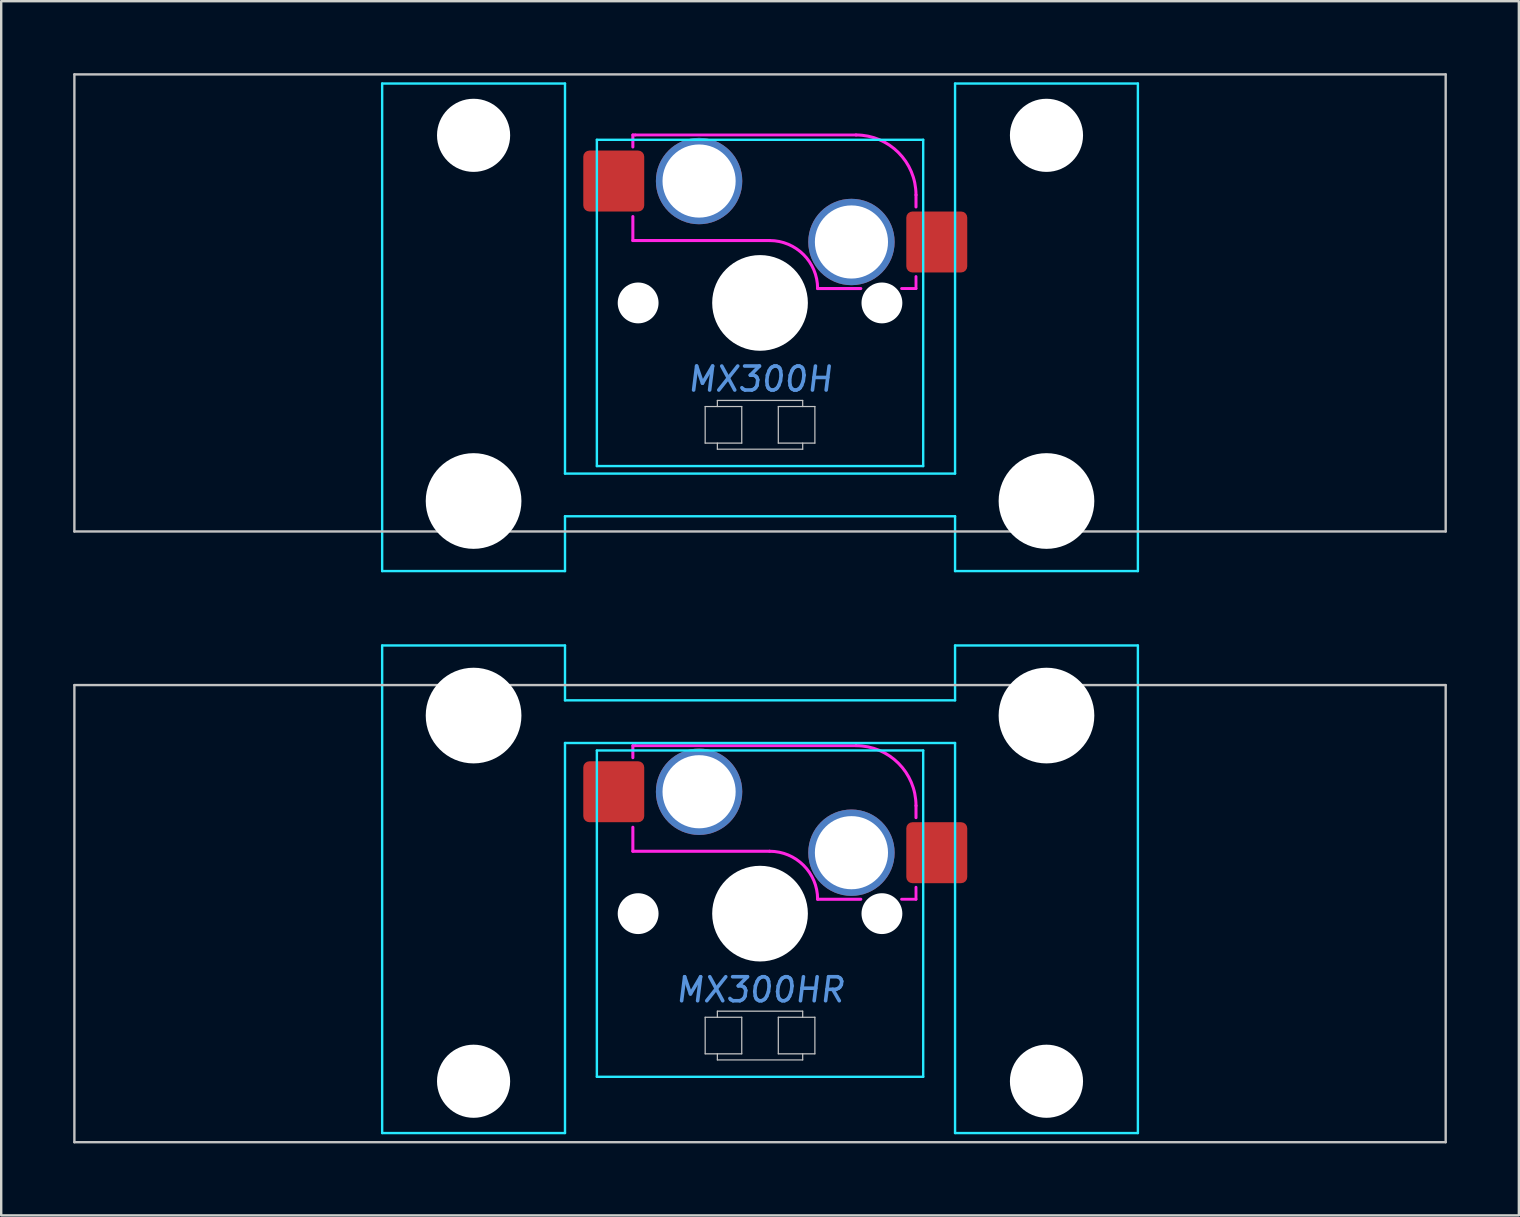
<source format=kicad_pcb>
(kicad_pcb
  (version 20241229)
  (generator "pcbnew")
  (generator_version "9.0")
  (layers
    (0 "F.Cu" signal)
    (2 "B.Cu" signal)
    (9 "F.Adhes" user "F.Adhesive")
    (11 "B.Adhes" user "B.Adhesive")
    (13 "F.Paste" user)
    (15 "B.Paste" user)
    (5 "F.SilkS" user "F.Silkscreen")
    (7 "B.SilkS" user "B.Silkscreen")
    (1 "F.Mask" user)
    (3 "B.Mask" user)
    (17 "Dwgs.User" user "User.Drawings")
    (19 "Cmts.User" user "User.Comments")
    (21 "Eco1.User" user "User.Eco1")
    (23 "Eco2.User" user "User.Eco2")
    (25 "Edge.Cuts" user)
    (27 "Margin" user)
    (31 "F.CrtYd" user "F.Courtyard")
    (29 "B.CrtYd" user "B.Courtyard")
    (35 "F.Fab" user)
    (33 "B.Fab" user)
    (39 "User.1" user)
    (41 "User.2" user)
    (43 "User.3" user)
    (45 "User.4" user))
  (footprint "MX300HR"
    (layer "F.Cu")
    (at 28.625 35.027)
    (property "Reference" "MX300HR" (at 0 3.175 0) (layer "Cmts.User") (effects (font (size 1 1) (thickness 0.15) (italic yes))))
    (attr smd)
    (fp_line (start -28.575 -9.525) (end -28.575 9.525) (stroke (width 0.1) (type solid)) (layer "Dwgs.User"))
    (fp_line (start -28.575 -9.525) (end 28.575 -9.525) (stroke (width 0.1) (type solid)) (layer "Dwgs.User"))
    (fp_line (start -28.575 9.525) (end 28.575 9.525) (stroke (width 0.1) (type solid)) (layer "Dwgs.User"))
    (fp_line (start -2.286 4.318) (end -0.762 4.318) (stroke (width 0.051) (type solid)) (layer "Dwgs.User"))
    (fp_line (start -2.286 5.842) (end -2.286 4.318) (stroke (width 0.051) (type solid)) (layer "Dwgs.User"))
    (fp_line (start -1.778 4.064) (end 1.778 4.064) (stroke (width 0.051) (type solid)) (layer "Dwgs.User"))
    (fp_line (start -1.778 4.318) (end -1.778 4.064) (stroke (width 0.051) (type solid)) (layer "Dwgs.User"))
    (fp_line (start -1.778 6.096) (end -1.778 5.842) (stroke (width 0.051) (type solid)) (layer "Dwgs.User"))
    (fp_line (start -0.762 4.318) (end -0.762 5.842) (stroke (width 0.051) (type solid)) (layer "Dwgs.User"))
    (fp_line (start -0.762 5.842) (end -2.286 5.842) (stroke (width 0.051) (type solid)) (layer "Dwgs.User"))
    (fp_line (start 0.762 4.318) (end 2.286 4.318) (stroke (width 0.051) (type solid)) (layer "Dwgs.User"))
    (fp_line (start 0.762 5.842) (end 0.762 4.318) (stroke (width 0.051) (type solid)) (layer "Dwgs.User"))
    (fp_line (start 1.778 4.064) (end 1.778 4.318) (stroke (width 0.051) (type solid)) (layer "Dwgs.User"))
    (fp_line (start 1.778 5.842) (end 1.778 6.096) (stroke (width 0.051) (type solid)) (layer "Dwgs.User"))
    (fp_line (start 1.778 6.096) (end -1.778 6.096) (stroke (width 0.051) (type solid)) (layer "Dwgs.User"))
    (fp_line (start 2.286 4.318) (end 2.286 5.842) (stroke (width 0.051) (type solid)) (layer "Dwgs.User"))
    (fp_line (start 2.286 5.842) (end 0.762 5.842) (stroke (width 0.051) (type solid)) (layer "Dwgs.User"))
    (fp_line (start 28.575 -9.525) (end 28.575 9.525) (stroke (width 0.1) (type solid)) (layer "Dwgs.User"))
    (fp_line (start -15.438 -8.515) (end -15.438 5.485) (stroke (width 0.1) (type solid)) (layer "Eco1.User"))
    (fp_line (start -14.938 -9.015) (end -8.938 -9.015) (stroke (width 0.1) (type solid)) (layer "Eco1.User"))
    (fp_line (start -8.938 5.985) (end -14.938 5.985) (stroke (width 0.1) (type solid)) (layer "Eco1.User"))
    (fp_line (start -8.438 5.485) (end -8.438 -8.515) (stroke (width 0.1) (type solid)) (layer "Eco1.User"))
    (fp_line (start -7 -6.5) (end -7 6.5) (stroke (width 0.1) (type solid)) (layer "Eco1.User"))
    (fp_line (start -6.5 7) (end 6.5 7) (stroke (width 0.1) (type solid)) (layer "Eco1.User"))
    (fp_line (start 6.5 -7) (end -6.5 -7) (stroke (width 0.1) (type solid)) (layer "Eco1.User"))
    (fp_line (start 7 6.5) (end 7 -6.5) (stroke (width 0.1) (type solid)) (layer "Eco1.User"))
    (fp_line (start 8.438 -8.515) (end 8.438 5.485) (stroke (width 0.1) (type solid)) (layer "Eco1.User"))
    (fp_line (start 8.938 -9.015) (end 14.938 -9.015) (stroke (width 0.1) (type solid)) (layer "Eco1.User"))
    (fp_line (start 14.938 5.985) (end 8.938 5.985) (stroke (width 0.1) (type solid)) (layer "Eco1.User"))
    (fp_line (start 15.438 5.485) (end 15.438 -8.515) (stroke (width 0.1) (type solid)) (layer "Eco1.User"))
    (fp_arc (start -15.438 -8.515) (mid -15.291553 -8.868553) (end -14.938 -9.015) (stroke (width 0.1) (type solid)) (layer "Eco1.User"))
    (fp_arc (start -14.938 5.985) (mid -15.291553 5.838553) (end -15.438 5.485) (stroke (width 0.1) (type solid)) (layer "Eco1.User"))
    (fp_arc (start -8.938 -9.015) (mid -8.584447 -8.868553) (end -8.438 -8.515) (stroke (width 0.1) (type solid)) (layer "Eco1.User"))
    (fp_arc (start -8.438 5.485) (mid -8.584447 5.838553) (end -8.938 5.985) (stroke (width 0.1) (type solid)) (layer "Eco1.User"))
    (fp_arc (start -7 -6.5) (mid -6.853553 -6.853553) (end -6.5 -7) (stroke (width 0.1) (type solid)) (layer "Eco1.User"))
    (fp_arc (start -6.5 7) (mid -6.853553 6.853553) (end -7 6.5) (stroke (width 0.1) (type solid)) (layer "Eco1.User"))
    (fp_arc (start 6.5 -7) (mid 6.853553 -6.853553) (end 7 -6.5) (stroke (width 0.1) (type solid)) (layer "Eco1.User"))
    (fp_arc (start 7 6.5) (mid 6.853553 6.853553) (end 6.5 7) (stroke (width 0.1) (type solid)) (layer "Eco1.User"))
    (fp_arc (start 8.438 -8.515) (mid 8.584447 -8.868553) (end 8.938 -9.015) (stroke (width 0.1) (type solid)) (layer "Eco1.User"))
    (fp_arc (start 8.938 5.985) (mid 8.584447 5.838553) (end 8.438 5.485) (stroke (width 0.1) (type solid)) (layer "Eco1.User"))
    (fp_arc (start 14.938 -9.015) (mid 15.291553 -8.868553) (end 15.438 -8.515) (stroke (width 0.1) (type solid)) (layer "Eco1.User"))
    (fp_arc (start 15.438 5.485) (mid 15.291553 5.838553) (end 14.938 5.985) (stroke (width 0.1) (type solid)) (layer "Eco1.User"))
    (fp_line (start -15.748 -11.176) (end -15.748 9.144) (stroke (width 0.1) (type solid)) (layer "B.CrtYd"))
    (fp_line (start -15.748 -11.176) (end -8.128 -11.176) (stroke (width 0.1) (type solid)) (layer "B.CrtYd"))
    (fp_line (start -8.128 -8.89) (end -8.128 -11.176) (stroke (width 0.1) (type solid)) (layer "B.CrtYd"))
    (fp_line (start -8.128 -7.112) (end -8.128 9.142) (stroke (width 0.1) (type solid)) (layer "B.CrtYd"))
    (fp_line (start -8.128 9.144) (end -15.748 9.144) (stroke (width 0.1) (type solid)) (layer "B.CrtYd"))
    (fp_line (start -6.8 -6.8) (end -6.8 6.8) (stroke (width 0.1) (type solid)) (layer "B.CrtYd"))
    (fp_line (start 6.8 -6.8) (end -6.8 -6.8) (stroke (width 0.1) (type solid)) (layer "B.CrtYd"))
    (fp_line (start 6.8 -6.8) (end 6.8 6.8) (stroke (width 0.1) (type solid)) (layer "B.CrtYd"))
    (fp_line (start 6.8 6.8) (end -6.8 6.8) (stroke (width 0.1) (type solid)) (layer "B.CrtYd"))
    (fp_line (start 8.128 -8.89) (end -8.128 -8.89) (stroke (width 0.1) (type solid)) (layer "B.CrtYd"))
    (fp_line (start 8.128 -8.89) (end 8.128 -11.176) (stroke (width 0.1) (type solid)) (layer "B.CrtYd"))
    (fp_line (start 8.128 -7.112) (end -8.128 -7.112) (stroke (width 0.1) (type solid)) (layer "B.CrtYd"))
    (fp_line (start 8.128 -7.112) (end 8.128 9.144) (stroke (width 0.1) (type solid)) (layer "B.CrtYd"))
    (fp_line (start 8.128 9.144) (end 15.748 9.144) (stroke (width 0.1) (type solid)) (layer "B.CrtYd"))
    (fp_line (start 15.748 -11.176) (end 8.128 -11.176) (stroke (width 0.1) (type solid)) (layer "B.CrtYd"))
    (fp_line (start 15.748 9.144) (end 15.748 -11.176) (stroke (width 0.1) (type solid)) (layer "B.CrtYd"))
    (fp_line (start -5.3 -7) (end -5.3 -6.5) (stroke (width 0.127) (type solid)) (layer "F.CrtYd"))
    (fp_line (start -5.3 -3.6) (end -5.3 -2.6) (stroke (width 0.127) (type solid)) (layer "F.CrtYd"))
    (fp_line (start -5.2 -7) (end -5.3 -7) (stroke (width 0.12) (type solid)) (layer "F.CrtYd"))
    (fp_line (start 0.4 -2.6) (end -5.3 -2.6) (stroke (width 0.127) (type solid)) (layer "F.CrtYd"))
    (fp_line (start 4 -7) (end -5.2 -7) (stroke (width 0.12) (type solid)) (layer "F.CrtYd"))
    (fp_line (start 4.2 -0.6) (end 2.4 -0.6) (stroke (width 0.127) (type solid)) (layer "F.CrtYd"))
    (fp_line (start 6.5 -4.5) (end 6.5 -4) (stroke (width 0.127) (type solid)) (layer "F.CrtYd"))
    (fp_line (start 6.5 -1.1) (end 6.5 -0.6) (stroke (width 0.12) (type solid)) (layer "F.CrtYd"))
    (fp_line (start 6.5 -0.6) (end 5.9 -0.6) (stroke (width 0.12) (type solid)) (layer "F.CrtYd"))
    (fp_arc (start 0.4 -2.6) (mid 1.814214 -2.014214) (end 2.4 -0.6) (stroke (width 0.127) (type solid)) (layer "F.CrtYd"))
    (fp_arc (start 4 -7) (mid 5.767767 -6.267767) (end 6.5 -4.5) (stroke (width 0.127) (type solid)) (layer "F.CrtYd"))
    (pad "" np_thru_hole circle (at -11.938 -8.255 180) (size 3.988 3.988) (drill 3.988) (layers "*.Cu" "*.Mask"))
    (pad "" np_thru_hole circle (at -11.938 6.985 180) (size 3.048 3.048) (drill 3.048) (layers "*.Cu" "*.Mask"))
    (pad "" np_thru_hole circle (at -5.08 0) (size 1.702 1.702) (drill 1.702) (layers "*.Cu" "*.Mask"))
    (pad "" thru_hole circle (at -2.54 -5.08) (size 3.6 3.6) (drill 3.048) (layers "*.Cu" "*.Mask"))
    (pad "" np_thru_hole circle (at 0 0) (size 3.988 3.988) (drill 3.988) (layers "*.Cu" "*.Mask"))
    (pad "" thru_hole circle (at 3.81 -2.54) (size 3.6 3.6) (drill 3.048) (layers "*.Cu" "*.Mask"))
    (pad "" np_thru_hole circle (at 5.08 0) (size 1.702 1.702) (drill 1.702) (layers "*.Cu" "*.Mask"))
    (pad "" np_thru_hole circle (at 11.938 -8.255 180) (size 3.988 3.988) (drill 3.988) (layers "*.Cu" "*.Mask"))
    (pad "" np_thru_hole circle (at 11.938 6.985 180) (size 3.048 3.048) (drill 3.048) (layers "*.Cu" "*.Mask"))
    (pad "1" smd roundrect (at -6.096 -5.08) (size 2.54 2.54) (layers "F.Cu" "F.Mask" "F.Paste") (roundrect_rratio 0.1))
    (pad "2" smd roundrect (at 7.366 -2.54) (size 2.54 2.54) (layers "F.Cu" "F.Mask" "F.Paste") (roundrect_rratio 0.1)))
  (footprint "MX300H"
    (layer "F.Cu")
    (at 28.625 9.575)
    (property "Reference" "MX300H" (at 0 3.175 0) (layer "Cmts.User") (effects (font (size 1 1) (thickness 0.15) (italic yes))))
    (attr smd)
    (fp_line (start -28.575 -9.525) (end -28.575 9.525) (stroke (width 0.1) (type solid)) (layer "Dwgs.User"))
    (fp_line (start -28.575 -9.525) (end 28.575 -9.525) (stroke (width 0.1) (type solid)) (layer "Dwgs.User"))
    (fp_line (start -28.575 9.525) (end 28.575 9.525) (stroke (width 0.1) (type solid)) (layer "Dwgs.User"))
    (fp_line (start -2.286 4.318) (end -0.762 4.318) (stroke (width 0.051) (type solid)) (layer "Dwgs.User"))
    (fp_line (start -2.286 5.842) (end -2.286 4.318) (stroke (width 0.051) (type solid)) (layer "Dwgs.User"))
    (fp_line (start -1.778 4.064) (end 1.778 4.064) (stroke (width 0.051) (type solid)) (layer "Dwgs.User"))
    (fp_line (start -1.778 4.318) (end -1.778 4.064) (stroke (width 0.051) (type solid)) (layer "Dwgs.User"))
    (fp_line (start -1.778 6.096) (end -1.778 5.842) (stroke (width 0.051) (type solid)) (layer "Dwgs.User"))
    (fp_line (start -0.762 4.318) (end -0.762 5.842) (stroke (width 0.051) (type solid)) (layer "Dwgs.User"))
    (fp_line (start -0.762 5.842) (end -2.286 5.842) (stroke (width 0.051) (type solid)) (layer "Dwgs.User"))
    (fp_line (start 0.762 4.318) (end 2.286 4.318) (stroke (width 0.051) (type solid)) (layer "Dwgs.User"))
    (fp_line (start 0.762 5.842) (end 0.762 4.318) (stroke (width 0.051) (type solid)) (layer "Dwgs.User"))
    (fp_line (start 1.778 4.064) (end 1.778 4.318) (stroke (width 0.051) (type solid)) (layer "Dwgs.User"))
    (fp_line (start 1.778 5.842) (end 1.778 6.096) (stroke (width 0.051) (type solid)) (layer "Dwgs.User"))
    (fp_line (start 1.778 6.096) (end -1.778 6.096) (stroke (width 0.051) (type solid)) (layer "Dwgs.User"))
    (fp_line (start 2.286 4.318) (end 2.286 5.842) (stroke (width 0.051) (type solid)) (layer "Dwgs.User"))
    (fp_line (start 2.286 5.842) (end 0.762 5.842) (stroke (width 0.051) (type solid)) (layer "Dwgs.User"))
    (fp_line (start 28.575 -9.525) (end 28.575 9.525) (stroke (width 0.1) (type solid)) (layer "Dwgs.User"))
    (fp_line (start -15.438 -5.485) (end -15.438 8.515) (stroke (width 0.1) (type solid)) (layer "Eco1.User"))
    (fp_line (start -14.938 -5.985) (end -8.938 -5.985) (stroke (width 0.1) (type solid)) (layer "Eco1.User"))
    (fp_line (start -8.938 9.015) (end -14.938 9.015) (stroke (width 0.1) (type solid)) (layer "Eco1.User"))
    (fp_line (start -8.438 8.515) (end -8.438 -5.485) (stroke (width 0.1) (type solid)) (layer "Eco1.User"))
    (fp_line (start -7 -6.5) (end -7 6.5) (stroke (width 0.1) (type solid)) (layer "Eco1.User"))
    (fp_line (start -6.5 7) (end 6.5 7) (stroke (width 0.1) (type solid)) (layer "Eco1.User"))
    (fp_line (start 6.5 -7) (end -6.5 -7) (stroke (width 0.1) (type solid)) (layer "Eco1.User"))
    (fp_line (start 7 6.5) (end 7 -6.5) (stroke (width 0.1) (type solid)) (layer "Eco1.User"))
    (fp_line (start 8.438 -5.485) (end 8.438 8.515) (stroke (width 0.1) (type solid)) (layer "Eco1.User"))
    (fp_line (start 8.938 -5.985) (end 14.938 -5.985) (stroke (width 0.1) (type solid)) (layer "Eco1.User"))
    (fp_line (start 14.938 9.015) (end 8.938 9.015) (stroke (width 0.1) (type solid)) (layer "Eco1.User"))
    (fp_line (start 15.438 8.515) (end 15.438 -5.485) (stroke (width 0.1) (type solid)) (layer "Eco1.User"))
    (fp_arc (start -15.438 -5.485) (mid -15.291553 -5.838553) (end -14.938 -5.985) (stroke (width 0.1) (type solid)) (layer "Eco1.User"))
    (fp_arc (start -14.938 9.015) (mid -15.291553 8.868553) (end -15.438 8.515) (stroke (width 0.1) (type solid)) (layer "Eco1.User"))
    (fp_arc (start -8.938 -5.985) (mid -8.584447 -5.838553) (end -8.438 -5.485) (stroke (width 0.1) (type solid)) (layer "Eco1.User"))
    (fp_arc (start -8.438 8.515) (mid -8.584447 8.868553) (end -8.938 9.015) (stroke (width 0.1) (type solid)) (layer "Eco1.User"))
    (fp_arc (start -7 -6.5) (mid -6.853553 -6.853553) (end -6.5 -7) (stroke (width 0.1) (type solid)) (layer "Eco1.User"))
    (fp_arc (start -6.5 7) (mid -6.853553 6.853553) (end -7 6.5) (stroke (width 0.1) (type solid)) (layer "Eco1.User"))
    (fp_arc (start 6.5 -7) (mid 6.853553 -6.853553) (end 7 -6.5) (stroke (width 0.1) (type solid)) (layer "Eco1.User"))
    (fp_arc (start 7 6.5) (mid 6.853553 6.853553) (end 6.5 7) (stroke (width 0.1) (type solid)) (layer "Eco1.User"))
    (fp_arc (start 8.438 -5.485) (mid 8.584447 -5.838553) (end 8.938 -5.985) (stroke (width 0.1) (type solid)) (layer "Eco1.User"))
    (fp_arc (start 8.938 9.015) (mid 8.584447 8.868553) (end 8.438 8.515) (stroke (width 0.1) (type solid)) (layer "Eco1.User"))
    (fp_arc (start 14.938 -5.985) (mid 15.291553 -5.838553) (end 15.438 -5.485) (stroke (width 0.1) (type solid)) (layer "Eco1.User"))
    (fp_arc (start 15.438 8.515) (mid 15.291553 8.868553) (end 14.938 9.015) (stroke (width 0.1) (type solid)) (layer "Eco1.User"))
    (fp_line (start -15.748 -9.144) (end -15.748 11.176) (stroke (width 0.1) (type solid)) (layer "B.CrtYd"))
    (fp_line (start -15.748 11.176) (end -8.128 11.176) (stroke (width 0.1) (type solid)) (layer "B.CrtYd"))
    (fp_line (start -8.128 -9.144) (end -15.748 -9.144) (stroke (width 0.1) (type solid)) (layer "B.CrtYd"))
    (fp_line (start -8.128 7.112) (end -8.128 -9.144) (stroke (width 0.1) (type solid)) (layer "B.CrtYd"))
    (fp_line (start -8.128 7.112) (end 8.128 7.112) (stroke (width 0.1) (type solid)) (layer "B.CrtYd"))
    (fp_line (start -8.128 8.89) (end -8.128 11.176) (stroke (width 0.1) (type solid)) (layer "B.CrtYd"))
    (fp_line (start -8.128 8.89) (end 8.128 8.89) (stroke (width 0.1) (type solid)) (layer "B.CrtYd"))
    (fp_line (start -6.8 -6.8) (end -6.8 6.8) (stroke (width 0.1) (type solid)) (layer "B.CrtYd"))
    (fp_line (start 6.8 -6.8) (end -6.8 -6.8) (stroke (width 0.1) (type solid)) (layer "B.CrtYd"))
    (fp_line (start 6.8 -6.8) (end 6.8 6.8) (stroke (width 0.1) (type solid)) (layer "B.CrtYd"))
    (fp_line (start 6.8 6.8) (end -6.8 6.8) (stroke (width 0.1) (type solid)) (layer "B.CrtYd"))
    (fp_line (start 8.128 -9.144) (end 15.748 -9.144) (stroke (width 0.1) (type solid)) (layer "B.CrtYd"))
    (fp_line (start 8.128 7.112) (end 8.128 -9.142) (stroke (width 0.1) (type solid)) (layer "B.CrtYd"))
    (fp_line (start 8.128 8.89) (end 8.128 11.176) (stroke (width 0.1) (type solid)) (layer "B.CrtYd"))
    (fp_line (start 15.748 11.176) (end 8.128 11.176) (stroke (width 0.1) (type solid)) (layer "B.CrtYd"))
    (fp_line (start 15.748 11.176) (end 15.748 -9.144) (stroke (width 0.1) (type solid)) (layer "B.CrtYd"))
    (fp_line (start -5.3 -7) (end -5.3 -6.5) (stroke (width 0.127) (type solid)) (layer "F.CrtYd"))
    (fp_line (start -5.3 -3.6) (end -5.3 -2.6) (stroke (width 0.127) (type solid)) (layer "F.CrtYd"))
    (fp_line (start -5.2 -7) (end -5.3 -7) (stroke (width 0.12) (type solid)) (layer "F.CrtYd"))
    (fp_line (start 0.4 -2.6) (end -5.3 -2.6) (stroke (width 0.127) (type solid)) (layer "F.CrtYd"))
    (fp_line (start 4 -7) (end -5.2 -7) (stroke (width 0.12) (type solid)) (layer "F.CrtYd"))
    (fp_line (start 4.2 -0.6) (end 2.4 -0.6) (stroke (width 0.127) (type solid)) (layer "F.CrtYd"))
    (fp_line (start 6.5 -4.5) (end 6.5 -4) (stroke (width 0.127) (type solid)) (layer "F.CrtYd"))
    (fp_line (start 6.5 -1.1) (end 6.5 -0.6) (stroke (width 0.12) (type solid)) (layer "F.CrtYd"))
    (fp_line (start 6.5 -0.6) (end 5.9 -0.6) (stroke (width 0.12) (type solid)) (layer "F.CrtYd"))
    (fp_arc (start 0.4 -2.6) (mid 1.814214 -2.014214) (end 2.4 -0.6) (stroke (width 0.127) (type solid)) (layer "F.CrtYd"))
    (fp_arc (start 4 -7) (mid 5.767767 -6.267767) (end 6.5 -4.5) (stroke (width 0.127) (type solid)) (layer "F.CrtYd"))
    (pad "" np_thru_hole circle (at -11.938 -6.985) (size 3.048 3.048) (drill 3.048) (layers "*.Cu" "*.Mask"))
    (pad "" np_thru_hole circle (at -11.938 8.255) (size 3.988 3.988) (drill 3.988) (layers "*.Cu" "*.Mask"))
    (pad "" np_thru_hole circle (at -5.08 0) (size 1.702 1.702) (drill 1.702) (layers "*.Cu" "*.Mask"))
    (pad "" thru_hole circle (at -2.54 -5.08) (size 3.6 3.6) (drill 3.048) (layers "*.Cu" "*.Mask"))
    (pad "" np_thru_hole circle (at 0 0) (size 3.988 3.988) (drill 3.988) (layers "*.Cu" "*.Mask"))
    (pad "" thru_hole circle (at 3.81 -2.54) (size 3.6 3.6) (drill 3.048) (layers "*.Cu" "*.Mask"))
    (pad "" np_thru_hole circle (at 5.08 0) (size 1.702 1.702) (drill 1.702) (layers "*.Cu" "*.Mask"))
    (pad "" np_thru_hole circle (at 11.938 -6.985) (size 3.048 3.048) (drill 3.048) (layers "*.Cu" "*.Mask"))
    (pad "" np_thru_hole circle (at 11.938 8.255) (size 3.988 3.988) (drill 3.988) (layers "*.Cu" "*.Mask"))
    (pad "1" smd roundrect (at -6.096 -5.08) (size 2.54 2.54) (layers "F.Cu" "F.Mask" "F.Paste") (roundrect_rratio 0.1))
    (pad "2" smd roundrect (at 7.366 -2.54) (size 2.54 2.54) (layers "F.Cu" "F.Mask" "F.Paste") (roundrect_rratio 0.1)))
  (gr_rect
    (start -3 -3)
    (end 60.25 47.602)
    (stroke (width 0.1) (type default))
    (fill no)
    (layer "Edge.Cuts")))
</source>
